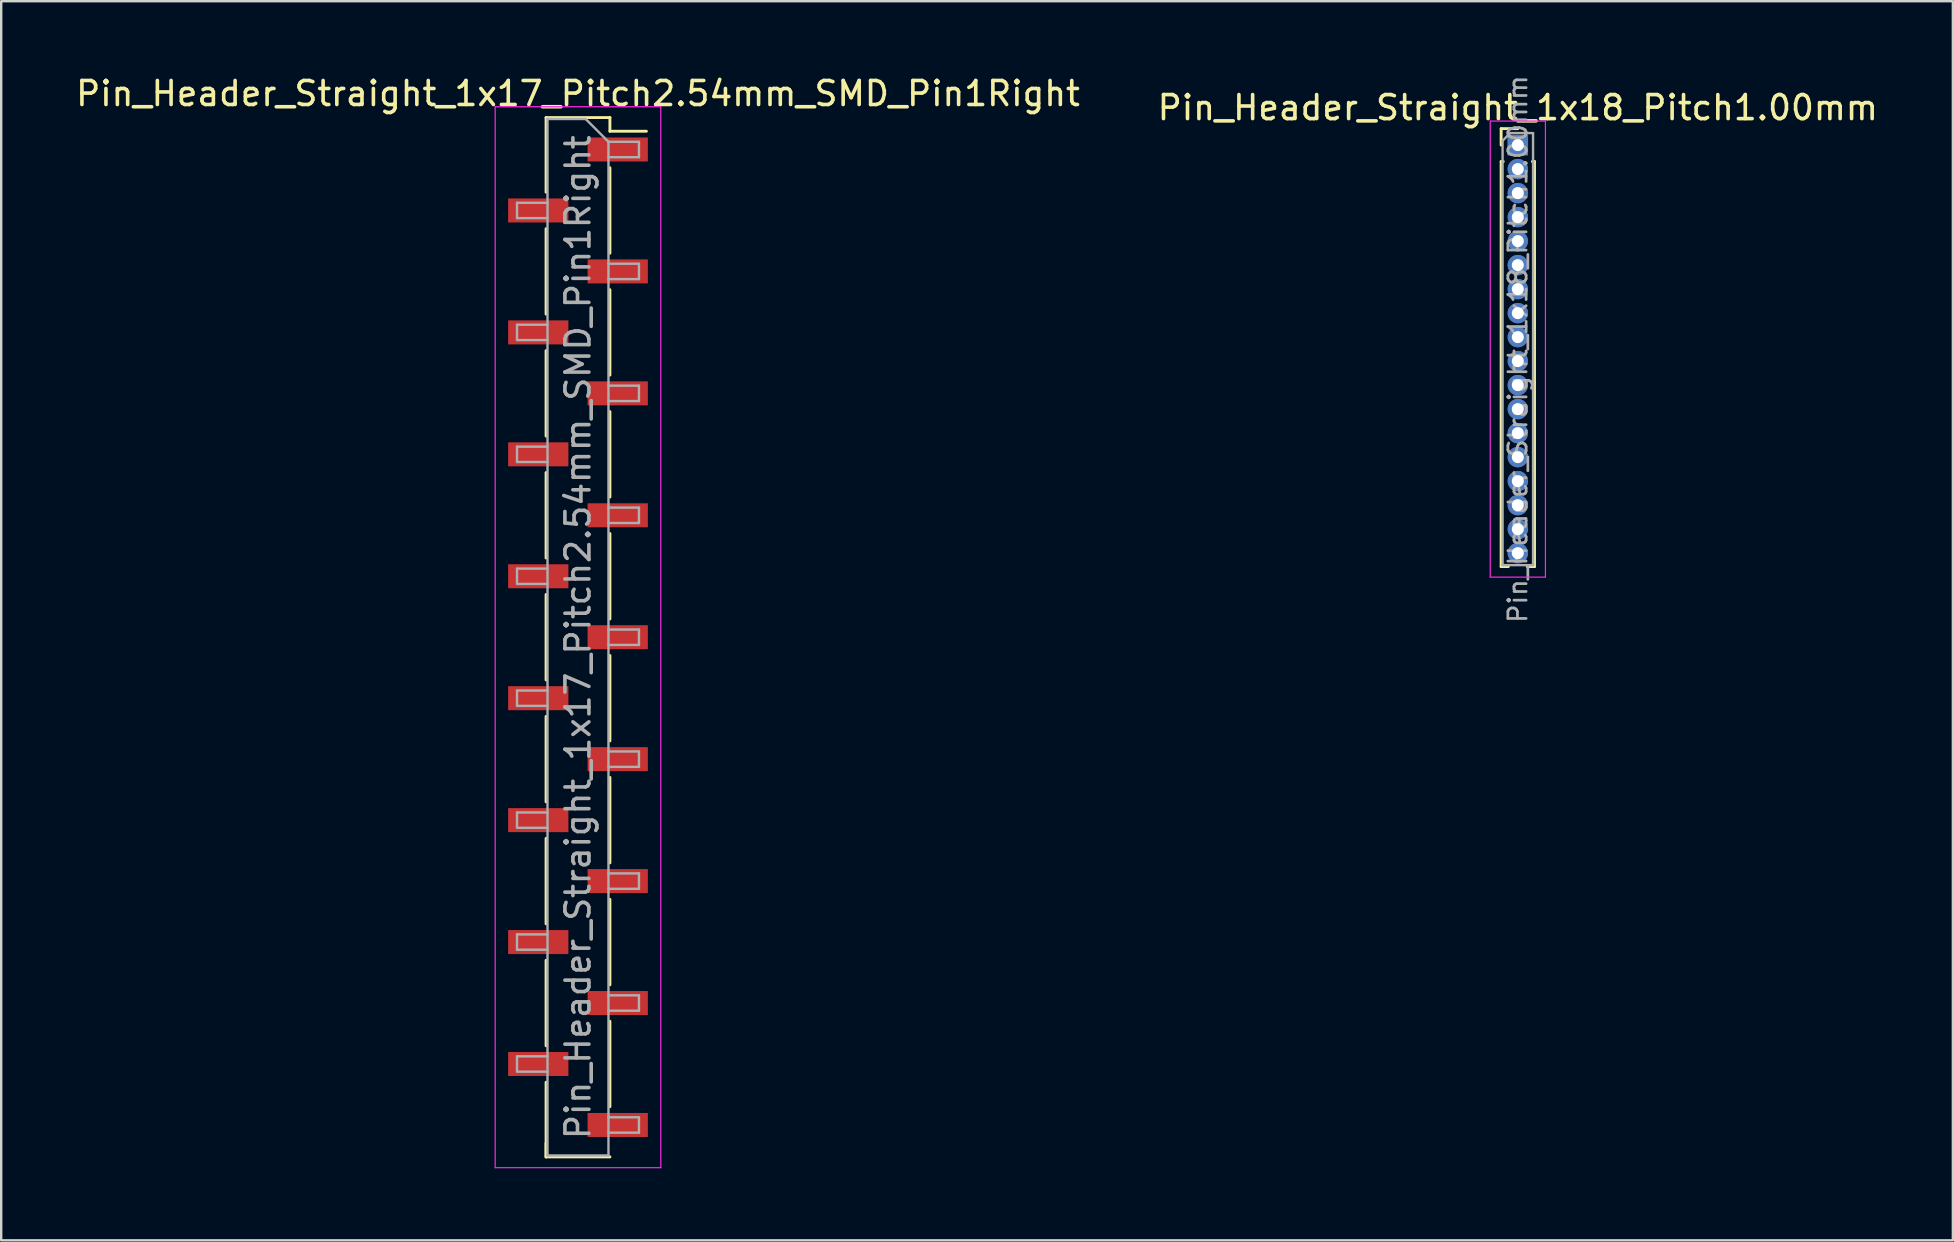
<source format=kicad_pcb>
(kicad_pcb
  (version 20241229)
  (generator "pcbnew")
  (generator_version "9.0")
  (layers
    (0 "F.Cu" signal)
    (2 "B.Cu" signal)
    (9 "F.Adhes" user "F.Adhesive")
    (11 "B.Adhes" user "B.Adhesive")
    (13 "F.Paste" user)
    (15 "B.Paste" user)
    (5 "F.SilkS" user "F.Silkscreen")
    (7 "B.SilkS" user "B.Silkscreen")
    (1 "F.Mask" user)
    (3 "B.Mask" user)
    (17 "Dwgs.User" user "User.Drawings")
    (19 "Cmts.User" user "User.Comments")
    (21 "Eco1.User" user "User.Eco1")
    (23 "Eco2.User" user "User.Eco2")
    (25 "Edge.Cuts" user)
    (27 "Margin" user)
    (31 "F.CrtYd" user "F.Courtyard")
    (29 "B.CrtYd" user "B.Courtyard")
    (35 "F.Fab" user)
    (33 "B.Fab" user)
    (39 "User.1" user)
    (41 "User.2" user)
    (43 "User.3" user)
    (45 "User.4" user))
  (footprint "Pin_Header_Straight_1x18_Pitch1.00mm"
    (layer "F.Cu")
    (at 60.185 2.995)
    (property "Reference" "Pin_Header_Straight_1x18_Pitch1.00mm" (at 0 -1.56 0) (layer "F.SilkS") (effects (font (size 1 1) (thickness 0.15))))
    (attr through_hole)
    (fp_line (start -0.695 -0.685) (end 0 -0.685) (stroke (width 0.12) (type solid)) (layer "F.SilkS"))
    (fp_line (start -0.695 0) (end -0.695 -0.685) (stroke (width 0.12) (type solid)) (layer "F.SilkS"))
    (fp_line (start -0.695 0.685) (end -0.695 17.56) (stroke (width 0.12) (type solid)) (layer "F.SilkS"))
    (fp_line (start -0.695 0.685) (end -0.608 0.685) (stroke (width 0.12) (type solid)) (layer "F.SilkS"))
    (fp_line (start -0.695 17.56) (end -0.394 17.56) (stroke (width 0.12) (type solid)) (layer "F.SilkS"))
    (fp_line (start 0.394 17.56) (end 0.695 17.56) (stroke (width 0.12) (type solid)) (layer "F.SilkS"))
    (fp_line (start 0.608 0.685) (end 0.695 0.685) (stroke (width 0.12) (type solid)) (layer "F.SilkS"))
    (fp_line (start 0.695 0.685) (end 0.695 17.56) (stroke (width 0.12) (type solid)) (layer "F.SilkS"))
    (fp_line (start -1.15 -1) (end -1.15 18) (stroke (width 0.05) (type solid)) (layer "F.CrtYd"))
    (fp_line (start -1.15 18) (end 1.15 18) (stroke (width 0.05) (type solid)) (layer "F.CrtYd"))
    (fp_line (start 1.15 -1) (end -1.15 -1) (stroke (width 0.05) (type solid)) (layer "F.CrtYd"))
    (fp_line (start 1.15 18) (end 1.15 -1) (stroke (width 0.05) (type solid)) (layer "F.CrtYd"))
    (fp_line (start -0.635 -0.182) (end -0.318 -0.5) (stroke (width 0.1) (type solid)) (layer "F.Fab"))
    (fp_line (start -0.635 17.5) (end -0.635 -0.182) (stroke (width 0.1) (type solid)) (layer "F.Fab"))
    (fp_line (start -0.318 -0.5) (end 0.635 -0.5) (stroke (width 0.1) (type solid)) (layer "F.Fab"))
    (fp_line (start 0.635 -0.5) (end 0.635 17.5) (stroke (width 0.1) (type solid)) (layer "F.Fab"))
    (fp_line (start 0.635 17.5) (end -0.635 17.5) (stroke (width 0.1) (type solid)) (layer "F.Fab"))
    (fp_text user "${REFERENCE}" (at 0 8.5 90) (layer "F.Fab") (effects (font (size 0.76 0.76) (thickness 0.114))))
    (pad "1" thru_hole rect (at 0 0) (size 0.85 0.85) (drill 0.5) (layers "*.Cu" "*.Mask"))
    (pad "2" thru_hole oval (at 0 1) (size 0.85 0.85) (drill 0.5) (layers "*.Cu" "*.Mask"))
    (pad "3" thru_hole oval (at 0 2) (size 0.85 0.85) (drill 0.5) (layers "*.Cu" "*.Mask"))
    (pad "4" thru_hole oval (at 0 3) (size 0.85 0.85) (drill 0.5) (layers "*.Cu" "*.Mask"))
    (pad "5" thru_hole oval (at 0 4) (size 0.85 0.85) (drill 0.5) (layers "*.Cu" "*.Mask"))
    (pad "6" thru_hole oval (at 0 5) (size 0.85 0.85) (drill 0.5) (layers "*.Cu" "*.Mask"))
    (pad "7" thru_hole oval (at 0 6) (size 0.85 0.85) (drill 0.5) (layers "*.Cu" "*.Mask"))
    (pad "8" thru_hole oval (at 0 7) (size 0.85 0.85) (drill 0.5) (layers "*.Cu" "*.Mask"))
    (pad "9" thru_hole oval (at 0 8) (size 0.85 0.85) (drill 0.5) (layers "*.Cu" "*.Mask"))
    (pad "10" thru_hole oval (at 0 9) (size 0.85 0.85) (drill 0.5) (layers "*.Cu" "*.Mask"))
    (pad "11" thru_hole oval (at 0 10) (size 0.85 0.85) (drill 0.5) (layers "*.Cu" "*.Mask"))
    (pad "12" thru_hole oval (at 0 11) (size 0.85 0.85) (drill 0.5) (layers "*.Cu" "*.Mask"))
    (pad "13" thru_hole oval (at 0 12) (size 0.85 0.85) (drill 0.5) (layers "*.Cu" "*.Mask"))
    (pad "14" thru_hole oval (at 0 13) (size 0.85 0.85) (drill 0.5) (layers "*.Cu" "*.Mask"))
    (pad "15" thru_hole oval (at 0 14) (size 0.85 0.85) (drill 0.5) (layers "*.Cu" "*.Mask"))
    (pad "16" thru_hole oval (at 0 15) (size 0.85 0.85) (drill 0.5) (layers "*.Cu" "*.Mask"))
    (pad "17" thru_hole oval (at 0 16) (size 0.85 0.85) (drill 0.5) (layers "*.Cu" "*.Mask"))
    (pad "18" thru_hole oval (at 0 17) (size 0.85 0.85) (drill 0.5) (layers "*.Cu" "*.Mask")))
  (footprint "Pin_Header_Straight_1x17_Pitch2.54mm_SMD_Pin1Right"
    (layer "F.Cu")
    (at 21.03 23.498)
    (property "Reference" "Pin_Header_Straight_1x17_Pitch2.54mm_SMD_Pin1Right" (at 0 -22.65 0) (layer "F.SilkS") (effects (font (size 1 1) (thickness 0.15))))
    (attr smd)
    (fp_line (start -1.33 -21.65) (end -1.33 -18.54) (stroke (width 0.12) (type solid)) (layer "F.SilkS"))
    (fp_line (start -1.33 -21.65) (end 1.33 -21.65) (stroke (width 0.12) (type solid)) (layer "F.SilkS"))
    (fp_line (start -1.33 -17.02) (end -1.33 -13.46) (stroke (width 0.12) (type solid)) (layer "F.SilkS"))
    (fp_line (start -1.33 -11.94) (end -1.33 -8.38) (stroke (width 0.12) (type solid)) (layer "F.SilkS"))
    (fp_line (start -1.33 -6.86) (end -1.33 -3.3) (stroke (width 0.12) (type solid)) (layer "F.SilkS"))
    (fp_line (start -1.33 -1.78) (end -1.33 1.78) (stroke (width 0.12) (type solid)) (layer "F.SilkS"))
    (fp_line (start -1.33 3.3) (end -1.33 6.86) (stroke (width 0.12) (type solid)) (layer "F.SilkS"))
    (fp_line (start -1.33 8.38) (end -1.33 11.94) (stroke (width 0.12) (type solid)) (layer "F.SilkS"))
    (fp_line (start -1.33 13.46) (end -1.33 17.02) (stroke (width 0.12) (type solid)) (layer "F.SilkS"))
    (fp_line (start -1.33 18.54) (end -1.33 21.65) (stroke (width 0.12) (type solid)) (layer "F.SilkS"))
    (fp_line (start -1.33 21.08) (end -1.33 21.65) (stroke (width 0.12) (type solid)) (layer "F.SilkS"))
    (fp_line (start -1.33 21.65) (end 1.33 21.65) (stroke (width 0.12) (type solid)) (layer "F.SilkS"))
    (fp_line (start 1.33 -21.65) (end 1.33 -21.08) (stroke (width 0.12) (type solid)) (layer "F.SilkS"))
    (fp_line (start 1.33 -21.08) (end 2.85 -21.08) (stroke (width 0.12) (type solid)) (layer "F.SilkS"))
    (fp_line (start 1.33 -19.56) (end 1.33 -16) (stroke (width 0.12) (type solid)) (layer "F.SilkS"))
    (fp_line (start 1.33 -14.48) (end 1.33 -10.92) (stroke (width 0.12) (type solid)) (layer "F.SilkS"))
    (fp_line (start 1.33 -9.4) (end 1.33 -5.84) (stroke (width 0.12) (type solid)) (layer "F.SilkS"))
    (fp_line (start 1.33 -4.32) (end 1.33 -0.76) (stroke (width 0.12) (type solid)) (layer "F.SilkS"))
    (fp_line (start 1.33 0.76) (end 1.33 4.32) (stroke (width 0.12) (type solid)) (layer "F.SilkS"))
    (fp_line (start 1.33 5.84) (end 1.33 9.4) (stroke (width 0.12) (type solid)) (layer "F.SilkS"))
    (fp_line (start 1.33 10.92) (end 1.33 14.48) (stroke (width 0.12) (type solid)) (layer "F.SilkS"))
    (fp_line (start 1.33 16) (end 1.33 19.56) (stroke (width 0.12) (type solid)) (layer "F.SilkS"))
    (fp_line (start -3.45 -22.1) (end -3.45 22.1) (stroke (width 0.05) (type solid)) (layer "F.CrtYd"))
    (fp_line (start -3.45 22.1) (end 3.45 22.1) (stroke (width 0.05) (type solid)) (layer "F.CrtYd"))
    (fp_line (start 3.45 -22.1) (end -3.45 -22.1) (stroke (width 0.05) (type solid)) (layer "F.CrtYd"))
    (fp_line (start 3.45 22.1) (end 3.45 -22.1) (stroke (width 0.05) (type solid)) (layer "F.CrtYd"))
    (fp_line (start -2.54 -18.1) (end -2.54 -17.46) (stroke (width 0.1) (type solid)) (layer "F.Fab"))
    (fp_line (start -2.54 -17.46) (end -1.27 -17.46) (stroke (width 0.1) (type solid)) (layer "F.Fab"))
    (fp_line (start -2.54 -13.02) (end -2.54 -12.38) (stroke (width 0.1) (type solid)) (layer "F.Fab"))
    (fp_line (start -2.54 -12.38) (end -1.27 -12.38) (stroke (width 0.1) (type solid)) (layer "F.Fab"))
    (fp_line (start -2.54 -7.94) (end -2.54 -7.3) (stroke (width 0.1) (type solid)) (layer "F.Fab"))
    (fp_line (start -2.54 -7.3) (end -1.27 -7.3) (stroke (width 0.1) (type solid)) (layer "F.Fab"))
    (fp_line (start -2.54 -2.86) (end -2.54 -2.22) (stroke (width 0.1) (type solid)) (layer "F.Fab"))
    (fp_line (start -2.54 -2.22) (end -1.27 -2.22) (stroke (width 0.1) (type solid)) (layer "F.Fab"))
    (fp_line (start -2.54 2.22) (end -2.54 2.86) (stroke (width 0.1) (type solid)) (layer "F.Fab"))
    (fp_line (start -2.54 2.86) (end -1.27 2.86) (stroke (width 0.1) (type solid)) (layer "F.Fab"))
    (fp_line (start -2.54 7.3) (end -2.54 7.94) (stroke (width 0.1) (type solid)) (layer "F.Fab"))
    (fp_line (start -2.54 7.94) (end -1.27 7.94) (stroke (width 0.1) (type solid)) (layer "F.Fab"))
    (fp_line (start -2.54 12.38) (end -2.54 13.02) (stroke (width 0.1) (type solid)) (layer "F.Fab"))
    (fp_line (start -2.54 13.02) (end -1.27 13.02) (stroke (width 0.1) (type solid)) (layer "F.Fab"))
    (fp_line (start -2.54 17.46) (end -2.54 18.1) (stroke (width 0.1) (type solid)) (layer "F.Fab"))
    (fp_line (start -2.54 18.1) (end -1.27 18.1) (stroke (width 0.1) (type solid)) (layer "F.Fab"))
    (fp_line (start -1.27 -21.59) (end -1.27 21.59) (stroke (width 0.1) (type solid)) (layer "F.Fab"))
    (fp_line (start -1.27 -21.59) (end 0.32 -21.59) (stroke (width 0.1) (type solid)) (layer "F.Fab"))
    (fp_line (start -1.27 -18.1) (end -2.54 -18.1) (stroke (width 0.1) (type solid)) (layer "F.Fab"))
    (fp_line (start -1.27 -13.02) (end -2.54 -13.02) (stroke (width 0.1) (type solid)) (layer "F.Fab"))
    (fp_line (start -1.27 -7.94) (end -2.54 -7.94) (stroke (width 0.1) (type solid)) (layer "F.Fab"))
    (fp_line (start -1.27 -2.86) (end -2.54 -2.86) (stroke (width 0.1) (type solid)) (layer "F.Fab"))
    (fp_line (start -1.27 2.22) (end -2.54 2.22) (stroke (width 0.1) (type solid)) (layer "F.Fab"))
    (fp_line (start -1.27 7.3) (end -2.54 7.3) (stroke (width 0.1) (type solid)) (layer "F.Fab"))
    (fp_line (start -1.27 12.38) (end -2.54 12.38) (stroke (width 0.1) (type solid)) (layer "F.Fab"))
    (fp_line (start -1.27 17.46) (end -2.54 17.46) (stroke (width 0.1) (type solid)) (layer "F.Fab"))
    (fp_line (start 1.27 -20.64) (end 0.32 -21.59) (stroke (width 0.1) (type solid)) (layer "F.Fab"))
    (fp_line (start 1.27 -20.64) (end 2.54 -20.64) (stroke (width 0.1) (type solid)) (layer "F.Fab"))
    (fp_line (start 1.27 -15.56) (end 2.54 -15.56) (stroke (width 0.1) (type solid)) (layer "F.Fab"))
    (fp_line (start 1.27 -10.48) (end 2.54 -10.48) (stroke (width 0.1) (type solid)) (layer "F.Fab"))
    (fp_line (start 1.27 -5.4) (end 2.54 -5.4) (stroke (width 0.1) (type solid)) (layer "F.Fab"))
    (fp_line (start 1.27 -0.32) (end 2.54 -0.32) (stroke (width 0.1) (type solid)) (layer "F.Fab"))
    (fp_line (start 1.27 4.76) (end 2.54 4.76) (stroke (width 0.1) (type solid)) (layer "F.Fab"))
    (fp_line (start 1.27 9.84) (end 2.54 9.84) (stroke (width 0.1) (type solid)) (layer "F.Fab"))
    (fp_line (start 1.27 14.92) (end 2.54 14.92) (stroke (width 0.1) (type solid)) (layer "F.Fab"))
    (fp_line (start 1.27 20) (end 2.54 20) (stroke (width 0.1) (type solid)) (layer "F.Fab"))
    (fp_line (start 1.27 21.59) (end -1.27 21.59) (stroke (width 0.1) (type solid)) (layer "F.Fab"))
    (fp_line (start 1.27 21.59) (end 1.27 -20.64) (stroke (width 0.1) (type solid)) (layer "F.Fab"))
    (fp_line (start 2.54 -20.64) (end 2.54 -20) (stroke (width 0.1) (type solid)) (layer "F.Fab"))
    (fp_line (start 2.54 -20) (end 1.27 -20) (stroke (width 0.1) (type solid)) (layer "F.Fab"))
    (fp_line (start 2.54 -15.56) (end 2.54 -14.92) (stroke (width 0.1) (type solid)) (layer "F.Fab"))
    (fp_line (start 2.54 -14.92) (end 1.27 -14.92) (stroke (width 0.1) (type solid)) (layer "F.Fab"))
    (fp_line (start 2.54 -10.48) (end 2.54 -9.84) (stroke (width 0.1) (type solid)) (layer "F.Fab"))
    (fp_line (start 2.54 -9.84) (end 1.27 -9.84) (stroke (width 0.1) (type solid)) (layer "F.Fab"))
    (fp_line (start 2.54 -5.4) (end 2.54 -4.76) (stroke (width 0.1) (type solid)) (layer "F.Fab"))
    (fp_line (start 2.54 -4.76) (end 1.27 -4.76) (stroke (width 0.1) (type solid)) (layer "F.Fab"))
    (fp_line (start 2.54 -0.32) (end 2.54 0.32) (stroke (width 0.1) (type solid)) (layer "F.Fab"))
    (fp_line (start 2.54 0.32) (end 1.27 0.32) (stroke (width 0.1) (type solid)) (layer "F.Fab"))
    (fp_line (start 2.54 4.76) (end 2.54 5.4) (stroke (width 0.1) (type solid)) (layer "F.Fab"))
    (fp_line (start 2.54 5.4) (end 1.27 5.4) (stroke (width 0.1) (type solid)) (layer "F.Fab"))
    (fp_line (start 2.54 9.84) (end 2.54 10.48) (stroke (width 0.1) (type solid)) (layer "F.Fab"))
    (fp_line (start 2.54 10.48) (end 1.27 10.48) (stroke (width 0.1) (type solid)) (layer "F.Fab"))
    (fp_line (start 2.54 14.92) (end 2.54 15.56) (stroke (width 0.1) (type solid)) (layer "F.Fab"))
    (fp_line (start 2.54 15.56) (end 1.27 15.56) (stroke (width 0.1) (type solid)) (layer "F.Fab"))
    (fp_line (start 2.54 20) (end 2.54 20.64) (stroke (width 0.1) (type solid)) (layer "F.Fab"))
    (fp_line (start 2.54 20.64) (end 1.27 20.64) (stroke (width 0.1) (type solid)) (layer "F.Fab"))
    (fp_text user "${REFERENCE}" (at 0 0 90) (layer "F.Fab") (effects (font (size 1 1) (thickness 0.15))))
    (pad "1" smd rect (at 1.655 -20.32) (size 2.51 1) (layers "F.Cu" "F.Mask" "F.Paste"))
    (pad "2" smd rect (at -1.655 -17.78) (size 2.51 1) (layers "F.Cu" "F.Mask" "F.Paste"))
    (pad "3" smd rect (at 1.655 -15.24) (size 2.51 1) (layers "F.Cu" "F.Mask" "F.Paste"))
    (pad "4" smd rect (at -1.655 -12.7) (size 2.51 1) (layers "F.Cu" "F.Mask" "F.Paste"))
    (pad "5" smd rect (at 1.655 -10.16) (size 2.51 1) (layers "F.Cu" "F.Mask" "F.Paste"))
    (pad "6" smd rect (at -1.655 -7.62) (size 2.51 1) (layers "F.Cu" "F.Mask" "F.Paste"))
    (pad "7" smd rect (at 1.655 -5.08) (size 2.51 1) (layers "F.Cu" "F.Mask" "F.Paste"))
    (pad "8" smd rect (at -1.655 -2.54) (size 2.51 1) (layers "F.Cu" "F.Mask" "F.Paste"))
    (pad "9" smd rect (at 1.655 0) (size 2.51 1) (layers "F.Cu" "F.Mask" "F.Paste"))
    (pad "10" smd rect (at -1.655 2.54) (size 2.51 1) (layers "F.Cu" "F.Mask" "F.Paste"))
    (pad "11" smd rect (at 1.655 5.08) (size 2.51 1) (layers "F.Cu" "F.Mask" "F.Paste"))
    (pad "12" smd rect (at -1.655 7.62) (size 2.51 1) (layers "F.Cu" "F.Mask" "F.Paste"))
    (pad "13" smd rect (at 1.655 10.16) (size 2.51 1) (layers "F.Cu" "F.Mask" "F.Paste"))
    (pad "14" smd rect (at -1.655 12.7) (size 2.51 1) (layers "F.Cu" "F.Mask" "F.Paste"))
    (pad "15" smd rect (at 1.655 15.24) (size 2.51 1) (layers "F.Cu" "F.Mask" "F.Paste"))
    (pad "16" smd rect (at -1.655 17.78) (size 2.51 1) (layers "F.Cu" "F.Mask" "F.Paste"))
    (pad "17" smd rect (at 1.655 20.32) (size 2.51 1) (layers "F.Cu" "F.Mask" "F.Paste")))
  (gr_rect
    (start -3 -3)
    (end 78.31 48.623)
    (stroke (width 0.1) (type default))
    (fill no)
    (layer "Edge.Cuts")))
</source>
